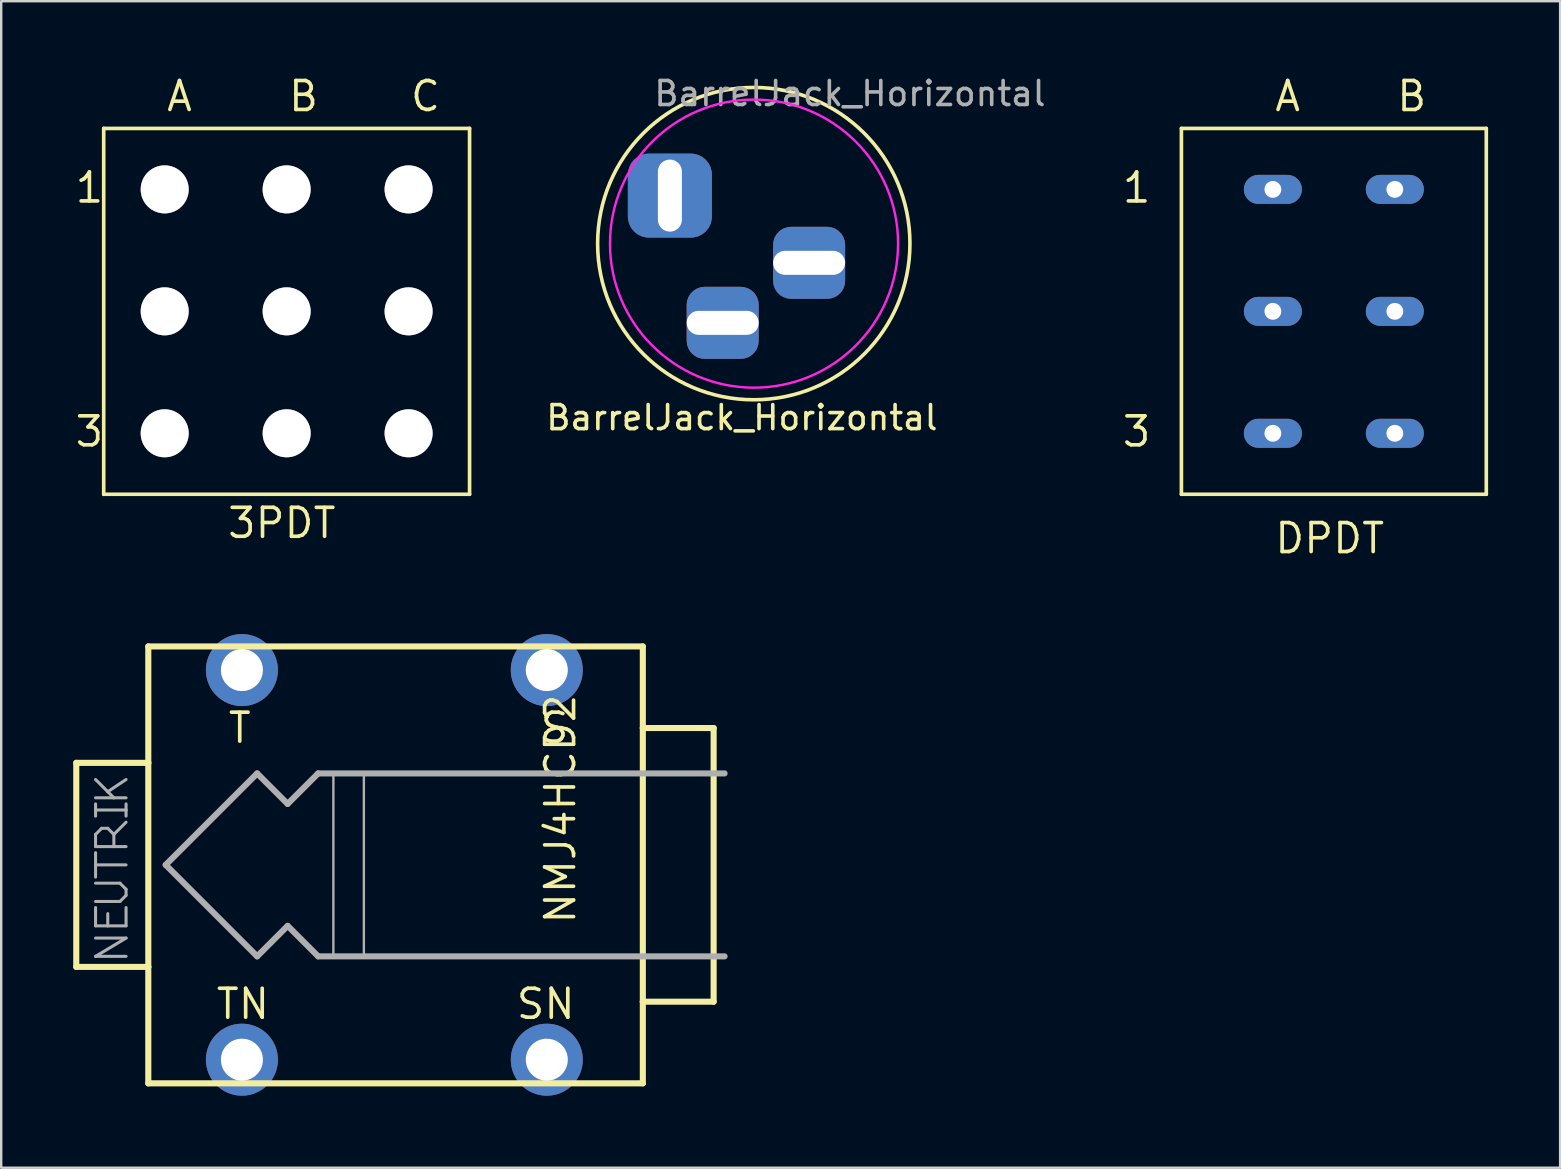
<source format=kicad_pcb>
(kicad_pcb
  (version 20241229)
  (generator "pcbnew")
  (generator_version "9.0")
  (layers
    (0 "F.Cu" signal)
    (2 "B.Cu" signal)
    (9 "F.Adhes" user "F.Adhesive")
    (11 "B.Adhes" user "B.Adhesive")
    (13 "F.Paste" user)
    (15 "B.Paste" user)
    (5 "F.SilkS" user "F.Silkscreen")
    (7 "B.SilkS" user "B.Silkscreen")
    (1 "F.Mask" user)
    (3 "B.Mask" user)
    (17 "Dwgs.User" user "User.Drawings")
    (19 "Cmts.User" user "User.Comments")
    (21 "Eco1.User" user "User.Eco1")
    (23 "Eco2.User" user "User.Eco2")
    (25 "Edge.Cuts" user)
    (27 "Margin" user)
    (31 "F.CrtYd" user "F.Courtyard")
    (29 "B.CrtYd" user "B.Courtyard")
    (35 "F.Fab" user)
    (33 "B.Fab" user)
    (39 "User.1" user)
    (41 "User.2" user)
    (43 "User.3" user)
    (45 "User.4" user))
  (footprint "3PDT"
    (layer "F.Cu")
    (at 8.89 9.919)
    (property "Reference" "3PDT" (at -2.54 9.525 0) (layer "F.SilkS") (effects (font (size 1.206 1.206) (thickness 0.152)) (justify left bottom)))
    (attr through_hole)
    (fp_line (start -7.62 -7.62) (end 7.62 -7.62) (stroke (width 0.152) (type solid)) (layer "F.SilkS"))
    (fp_line (start -7.62 7.62) (end -7.62 -7.62) (stroke (width 0.152) (type solid)) (layer "F.SilkS"))
    (fp_line (start 7.62 -7.62) (end 7.62 7.62) (stroke (width 0.152) (type solid)) (layer "F.SilkS"))
    (fp_line (start 7.62 7.62) (end -7.62 7.62) (stroke (width 0.152) (type solid)) (layer "F.SilkS"))
    (fp_text user "3" (at -8.89 5.715 0) (layer "F.SilkS") (effects (font (size 1.206 1.206) (thickness 0.152)) (justify left bottom)))
    (fp_text user "A" (at -5.08 -8.255 0) (layer "F.SilkS") (effects (font (size 1.206 1.206) (thickness 0.152)) (justify left bottom)))
    (fp_text user "1" (at -8.89 -4.445 0) (layer "F.SilkS") (effects (font (size 1.206 1.206) (thickness 0.152)) (justify left bottom)))
    (fp_text user "B" (at 0 -8.255 0) (layer "F.SilkS") (effects (font (size 1.206 1.206) (thickness 0.152)) (justify left bottom)))
    (fp_text user "C" (at 5.08 -8.255 0) (layer "F.SilkS") (effects (font (size 1.206 1.206) (thickness 0.152)) (justify left bottom)))
    (pad "A1" thru_hole circle (at -5.08 -5.08 180) (size 2 2) (drill 2.8) (layers "*.Cu" "*.Mask"))
    (pad "A2" thru_hole circle (at -5.08 0 180) (size 2 2) (drill 2.8) (layers "*.Cu" "*.Mask"))
    (pad "A3" thru_hole circle (at -5.08 5.08 180) (size 2 2) (drill 2.8) (layers "*.Cu" "*.Mask"))
    (pad "B1" thru_hole circle (at 0 -5.08 180) (size 2 2) (drill 2.8) (layers "*.Cu" "*.Mask"))
    (pad "B2" thru_hole circle (at 0 0 180) (size 2 2) (drill 2.8) (layers "*.Cu" "*.Mask"))
    (pad "B3" thru_hole circle (at 0 5.08 180) (size 2 2) (drill 2.8) (layers "*.Cu" "*.Mask"))
    (pad "C1" thru_hole circle (at 5.08 -5.08 180) (size 2 2) (drill 2.8) (layers "*.Cu" "*.Mask"))
    (pad "C2" thru_hole circle (at 5.08 0 180) (size 2 2) (drill 2.8) (layers "*.Cu" "*.Mask"))
    (pad "C3" thru_hole circle (at 5.08 5.08 180) (size 2 2) (drill 2.8) (layers "*.Cu" "*.Mask")))
  (footprint "NMJ4HCD2"
    (layer "F.Cu")
    (at 13.377 32.977)
    (property "Reference" "NMJ4HCD2" (at 7.62 2.54 90) (layer "F.SilkS") (effects (font (size 1.206 1.206) (thickness 0.152)) (justify left bottom)))
    (attr through_hole)
    (fp_line (start -13.25 -4.25) (end -10.25 -4.25) (stroke (width 0.254) (type solid)) (layer "F.SilkS"))
    (fp_line (start -13.25 4.25) (end -13.25 -4.25) (stroke (width 0.254) (type solid)) (layer "F.SilkS"))
    (fp_line (start -10.25 -9.1) (end -10.25 -4.25) (stroke (width 0.254) (type solid)) (layer "F.SilkS"))
    (fp_line (start -10.25 -4.25) (end -10.25 4.25) (stroke (width 0.254) (type solid)) (layer "F.SilkS"))
    (fp_line (start -10.25 4.25) (end -13.25 4.25) (stroke (width 0.254) (type solid)) (layer "F.SilkS"))
    (fp_line (start -10.25 4.25) (end -10.25 9.1) (stroke (width 0.254) (type solid)) (layer "F.SilkS"))
    (fp_line (start -10.25 9.1) (end 10.35 9.1) (stroke (width 0.254) (type solid)) (layer "F.SilkS"))
    (fp_line (start 10.35 -9.1) (end -10.25 -9.1) (stroke (width 0.254) (type solid)) (layer "F.SilkS"))
    (fp_line (start 10.35 -5.7) (end 10.35 -9.1) (stroke (width 0.254) (type solid)) (layer "F.SilkS"))
    (fp_line (start 10.35 -5.7) (end 13.3 -5.7) (stroke (width 0.254) (type solid)) (layer "F.SilkS"))
    (fp_line (start 10.35 5.7) (end 10.35 -5.7) (stroke (width 0.254) (type solid)) (layer "F.SilkS"))
    (fp_line (start 10.35 9.1) (end 10.35 5.7) (stroke (width 0.254) (type solid)) (layer "F.SilkS"))
    (fp_line (start 13.3 -5.7) (end 13.3 5.7) (stroke (width 0.254) (type solid)) (layer "F.SilkS"))
    (fp_line (start 13.3 5.7) (end 10.35 5.7) (stroke (width 0.254) (type solid)) (layer "F.SilkS"))
    (fp_line (start -12.446 -2.286) (end -12.446 -2.54) (stroke (width 0.127) (type solid)) (layer "F.Fab"))
    (fp_line (start -12.446 -2.032) (end -12.446 -2.286) (stroke (width 0.127) (type solid)) (layer "F.Fab"))
    (fp_line (start -12.446 -1.27) (end -12.192 -1.524) (stroke (width 0.127) (type solid)) (layer "F.Fab"))
    (fp_line (start -12.446 -0.762) (end -12.446 -1.27) (stroke (width 0.127) (type solid)) (layer "F.Fab"))
    (fp_line (start -12.446 0) (end -12.446 -0.508) (stroke (width 0.127) (type solid)) (layer "F.Fab"))
    (fp_line (start -12.446 0.508) (end -12.446 0) (stroke (width 0.127) (type solid)) (layer "F.Fab"))
    (fp_line (start -12.446 1.524) (end -11.43 1.524) (stroke (width 0.127) (type solid)) (layer "F.Fab"))
    (fp_line (start -12.446 2.54) (end -12.446 1.778) (stroke (width 0.127) (type solid)) (layer "F.Fab"))
    (fp_line (start -12.446 3.81) (end -11.176 3.048) (stroke (width 0.127) (type solid)) (layer "F.Fab"))
    (fp_line (start -12.192 -1.524) (end -11.938 -1.524) (stroke (width 0.127) (type solid)) (layer "F.Fab"))
    (fp_line (start -11.938 -3.048) (end -12.446 -3.556) (stroke (width 0.127) (type solid)) (layer "F.Fab"))
    (fp_line (start -11.938 -3.048) (end -11.176 -3.556) (stroke (width 0.127) (type solid)) (layer "F.Fab"))
    (fp_line (start -11.938 -1.524) (end -11.684 -1.27) (stroke (width 0.127) (type solid)) (layer "F.Fab"))
    (fp_line (start -11.938 2.54) (end -12.446 2.54) (stroke (width 0.127) (type solid)) (layer "F.Fab"))
    (fp_line (start -11.938 2.54) (end -11.938 2.032) (stroke (width 0.127) (type solid)) (layer "F.Fab"))
    (fp_line (start -11.684 -2.794) (end -12.446 -2.794) (stroke (width 0.127) (type solid)) (layer "F.Fab"))
    (fp_line (start -11.684 -2.794) (end -11.938 -3.048) (stroke (width 0.127) (type solid)) (layer "F.Fab"))
    (fp_line (start -11.684 -1.27) (end -11.684 -0.762) (stroke (width 0.127) (type solid)) (layer "F.Fab"))
    (fp_line (start -11.684 -1.27) (end -11.176 -1.778) (stroke (width 0.127) (type solid)) (layer "F.Fab"))
    (fp_line (start -11.684 -0.762) (end -12.446 -0.762) (stroke (width 0.127) (type solid)) (layer "F.Fab"))
    (fp_line (start -11.43 0.762) (end -12.446 0.762) (stroke (width 0.127) (type solid)) (layer "F.Fab"))
    (fp_line (start -11.43 1.524) (end -11.176 1.27) (stroke (width 0.127) (type solid)) (layer "F.Fab"))
    (fp_line (start -11.176 -2.794) (end -11.684 -2.794) (stroke (width 0.127) (type solid)) (layer "F.Fab"))
    (fp_line (start -11.176 -2.286) (end -12.446 -2.286) (stroke (width 0.127) (type solid)) (layer "F.Fab"))
    (fp_line (start -11.176 -2.286) (end -11.176 -2.54) (stroke (width 0.127) (type solid)) (layer "F.Fab"))
    (fp_line (start -11.176 -2.032) (end -11.176 -2.286) (stroke (width 0.127) (type solid)) (layer "F.Fab"))
    (fp_line (start -11.176 -0.762) (end -11.684 -0.762) (stroke (width 0.127) (type solid)) (layer "F.Fab"))
    (fp_line (start -11.176 0) (end -12.446 0) (stroke (width 0.127) (type solid)) (layer "F.Fab"))
    (fp_line (start -11.176 1.016) (end -11.43 0.762) (stroke (width 0.127) (type solid)) (layer "F.Fab"))
    (fp_line (start -11.176 1.27) (end -11.176 1.016) (stroke (width 0.127) (type solid)) (layer "F.Fab"))
    (fp_line (start -11.176 2.54) (end -11.938 2.54) (stroke (width 0.127) (type solid)) (layer "F.Fab"))
    (fp_line (start -11.176 2.54) (end -11.176 1.778) (stroke (width 0.127) (type solid)) (layer "F.Fab"))
    (fp_line (start -11.176 3.048) (end -12.446 3.048) (stroke (width 0.127) (type solid)) (layer "F.Fab"))
    (fp_line (start -11.176 3.81) (end -12.446 3.81) (stroke (width 0.127) (type solid)) (layer "F.Fab"))
    (fp_line (start -9.525 0) (end -5.715 3.81) (stroke (width 0.254) (type solid)) (layer "F.Fab"))
    (fp_line (start -5.715 -3.81) (end -9.525 0) (stroke (width 0.254) (type solid)) (layer "F.Fab"))
    (fp_line (start -5.715 3.81) (end -4.445 2.54) (stroke (width 0.254) (type solid)) (layer "F.Fab"))
    (fp_line (start -4.445 -2.54) (end -5.715 -3.81) (stroke (width 0.254) (type solid)) (layer "F.Fab"))
    (fp_line (start -4.445 2.54) (end -3.175 3.81) (stroke (width 0.254) (type solid)) (layer "F.Fab"))
    (fp_line (start -3.175 -3.81) (end -4.445 -2.54) (stroke (width 0.254) (type solid)) (layer "F.Fab"))
    (fp_line (start -3.175 3.81) (end 13.755 3.81) (stroke (width 0.254) (type solid)) (layer "F.Fab"))
    (fp_line (start 13.755 -3.81) (end -3.175 -3.81) (stroke (width 0.254) (type solid)) (layer "F.Fab"))
    (fp_poly (pts (xy -2.54 3.81) (xy -1.27 3.81) (xy -1.27 -3.81) (xy -2.54 -3.81)) (stroke (width 0.1) (type solid)) (fill no) (layer "F.Fab"))
    (fp_text user "S" (at 6 -5 0) (layer "F.SilkS") (effects (font (size 1.206 1.206) (thickness 0.152)) (justify left bottom)))
    (fp_text user "TN" (at -7.5 6.5 0) (layer "F.SilkS") (effects (font (size 1.206 1.206) (thickness 0.152)) (justify left bottom)))
    (fp_text user "SN" (at 5 6.5 0) (layer "F.SilkS") (effects (font (size 1.206 1.206) (thickness 0.152)) (justify left bottom)))
    (fp_text user "T" (at -7 -5 0) (layer "F.SilkS") (effects (font (size 1.206 1.206) (thickness 0.152)) (justify left bottom)))
    (pad "S" thru_hole circle (at 6.35 -8.115) (size 3 3) (drill 1.75) (layers "*.Cu" "*.Mask"))
    (pad "SN" thru_hole circle (at 6.35 8.115) (size 3 3) (drill 1.75) (layers "*.Cu" "*.Mask"))
    (pad "T" thru_hole circle (at -6.35 -8.115) (size 3 3) (drill 1.75) (layers "*.Cu" "*.Mask"))
    (pad "TN" thru_hole circle (at -6.35 8.115) (size 3 3) (drill 1.75) (layers "*.Cu" "*.Mask")))
  (footprint "BarrelJack_Horizontal"
    (layer "F.Cu")
    (at 27.854 6.848)
    (property "Reference" "BarrelJack_Horizontal" (at 0 7.5 0) (layer "F.SilkS") (effects (font (size 1 1) (thickness 0.15))))
    (attr through_hole)
    (fp_circle (center 0.495 0.25) (end 6.995 0) (stroke (width 0.15) (type solid)) (fill no) (layer "F.SilkS"))
    (fp_circle (center 0.505 0.25) (end 6.5 0.5) (stroke (width 0.1) (type solid)) (fill no) (layer "F.CrtYd"))
    (fp_text user "${REFERENCE}" (at 4.5 -6 0) (layer "F.Fab") (effects (font (size 1 1) (thickness 0.15))))
    (pad "B+" thru_hole roundrect (at 2.8 1.05) (size 3 3) (drill oval 3 1) (layers "*.Cu" "*.Mask") (roundrect_rratio 0.25))
    (pad "GND" thru_hole roundrect (at -3 -1.75) (size 3.5 3.5) (drill oval 1 3) (layers "*.Cu" "*.Mask") (roundrect_rratio 0.25))
    (pad "PWR" thru_hole roundrect (at -0.8 3.55 90) (size 3 3) (drill oval 1 3) (layers "*.Cu" "*.Mask") (roundrect_rratio 0.25)))
  (footprint "DPDT"
    (layer "F.Cu")
    (at 52.512 9.919)
    (property "Reference" "DPDT" (at -2.54 10.16 0) (layer "F.SilkS") (effects (font (size 1.206 1.206) (thickness 0.152)) (justify left bottom)))
    (attr through_hole)
    (fp_line (start -6.35 -7.62) (end 6.35 -7.62) (stroke (width 0.152) (type solid)) (layer "F.SilkS"))
    (fp_line (start -6.35 7.62) (end -6.35 -7.62) (stroke (width 0.152) (type solid)) (layer "F.SilkS"))
    (fp_line (start 6.35 -7.62) (end 6.35 7.62) (stroke (width 0.152) (type solid)) (layer "F.SilkS"))
    (fp_line (start 6.35 7.62) (end -6.35 7.62) (stroke (width 0.152) (type solid)) (layer "F.SilkS"))
    (fp_text user "1" (at -8.89 -4.445 0) (layer "F.SilkS") (effects (font (size 1.206 1.206) (thickness 0.152)) (justify left bottom)))
    (fp_text user "3" (at -8.89 5.715 0) (layer "F.SilkS") (effects (font (size 1.206 1.206) (thickness 0.152)) (justify left bottom)))
    (fp_text user "B" (at 2.54 -8.255 0) (layer "F.SilkS") (effects (font (size 1.206 1.206) (thickness 0.152)) (justify left bottom)))
    (fp_text user "A" (at -2.54 -8.255 0) (layer "F.SilkS") (effects (font (size 1.206 1.206) (thickness 0.152)) (justify left bottom)))
    (pad "1" thru_hole oval (at -2.54 -5.08 180) (size 2.416 1.208) (drill 0.7) (layers "*.Cu" "*.Mask"))
    (pad "2" thru_hole oval (at -2.54 0 180) (size 2.416 1.208) (drill 0.7) (layers "*.Cu" "*.Mask"))
    (pad "3" thru_hole oval (at -2.54 5.08 180) (size 2.416 1.208) (drill 0.7) (layers "*.Cu" "*.Mask"))
    (pad "4" thru_hole oval (at 2.54 -5.08 180) (size 2.416 1.208) (drill 0.7) (layers "*.Cu" "*.Mask"))
    (pad "5" thru_hole oval (at 2.54 0 180) (size 2.416 1.208) (drill 0.7) (layers "*.Cu" "*.Mask"))
    (pad "6" thru_hole oval (at 2.54 5.08 180) (size 2.416 1.208) (drill 0.7) (layers "*.Cu" "*.Mask")))
  (gr_rect
    (start -3 -3)
    (end 61.938 45.592)
    (stroke (width 0.1) (type default))
    (fill no)
    (layer "Edge.Cuts")))
</source>
